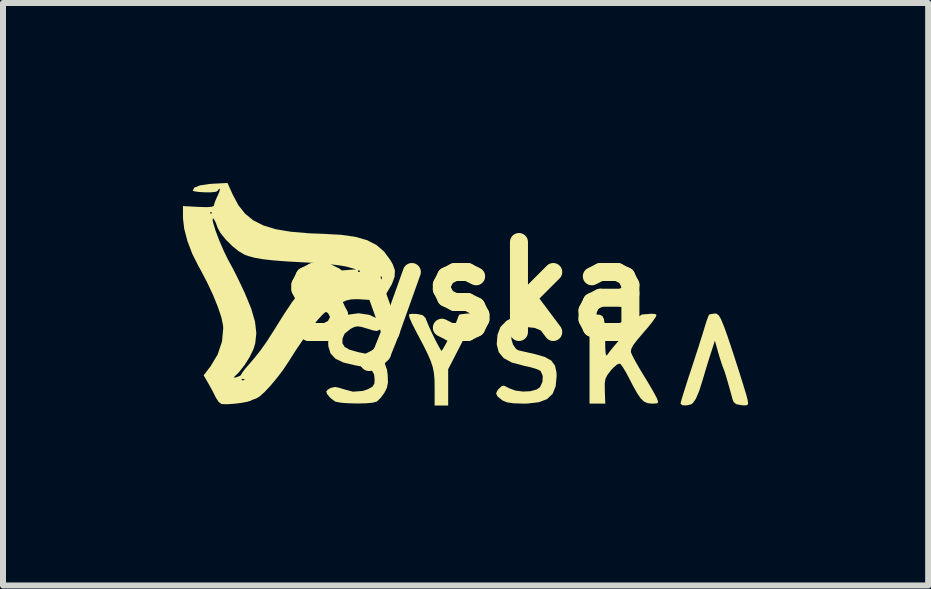
<source format=kicad_pcb>
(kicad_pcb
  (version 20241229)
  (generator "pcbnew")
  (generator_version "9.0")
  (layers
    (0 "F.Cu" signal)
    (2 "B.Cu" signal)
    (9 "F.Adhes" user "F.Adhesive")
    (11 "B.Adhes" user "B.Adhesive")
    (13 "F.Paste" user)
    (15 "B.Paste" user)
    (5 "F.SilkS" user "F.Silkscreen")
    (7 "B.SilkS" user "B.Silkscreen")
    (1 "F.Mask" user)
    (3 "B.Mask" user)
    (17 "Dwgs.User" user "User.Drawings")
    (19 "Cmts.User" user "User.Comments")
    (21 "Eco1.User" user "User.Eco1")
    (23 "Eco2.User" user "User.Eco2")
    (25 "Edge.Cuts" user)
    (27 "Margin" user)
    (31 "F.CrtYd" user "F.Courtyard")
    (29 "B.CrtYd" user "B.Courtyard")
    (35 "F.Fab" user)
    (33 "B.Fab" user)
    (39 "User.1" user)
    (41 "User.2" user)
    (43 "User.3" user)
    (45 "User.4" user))
  (footprint "syska"
    (layer "F.Cu")
    (at 4.744 1.806)
    (property "Reference" "syska" (at 0 0 0) (layer "F.SilkS") (effects (font (size 1.5 1.5) (thickness 0.3))))
    (attr board_only exclude_from_pos_files exclude_from_bom)
    (fp_poly (pts (xy -2.614 -0.242) (xy -2.63 -0.226) (xy -2.647 -0.242) (xy -2.63 -0.258)) (stroke (width 0) (type solid)) (fill yes) (layer "F.SilkS"))
    (fp_poly (pts (xy 0.078 0.371) (xy 0.113 0.388) (xy 0.105 0.425) (xy 0.072 0.509) (xy 0.018 0.628) (xy -0.053 0.773) (xy -0.096 0.858) (xy -0.323 1.299) (xy -0.323 1.601) (xy -0.323 1.904) (xy -0.436 1.904) (xy -0.549 1.904) (xy -0.549 1.601) (xy -0.551 1.476) (xy -0.56 1.369) (xy -0.579 1.268) (xy -0.614 1.162) (xy -0.668 1.038) (xy -0.745 0.883) (xy -0.849 0.687) (xy -0.87 0.647) (xy -0.927 0.535) (xy -0.965 0.446) (xy -0.978 0.393) (xy -0.976 0.385) (xy -0.931 0.375) (xy -0.851 0.377) (xy -0.832 0.379) (xy -0.748 0.398) (xy -0.702 0.443) (xy -0.675 0.51) (xy -0.645 0.582) (xy -0.598 0.686) (xy -0.542 0.801) (xy -0.488 0.905) (xy -0.446 0.978) (xy -0.436 0.993) (xy -0.418 0.973) (xy -0.381 0.91) (xy -0.332 0.817) (xy -0.279 0.71) (xy -0.228 0.604) (xy -0.188 0.512) (xy -0.164 0.451) (xy -0.161 0.437) (xy -0.14 0.391) (xy -0.121 0.384) (xy -0.06 0.377) (xy 0.007 0.369)) (stroke (width 0) (type solid)) (fill yes) (layer "F.SilkS"))
    (fp_poly (pts (xy 4.149 0.372) (xy 4.187 0.4) (xy 4.225 0.465) (xy 4.271 0.577) (xy 4.291 0.629) (xy 4.334 0.751) (xy 4.387 0.907) (xy 4.444 1.082) (xy 4.503 1.264) (xy 4.559 1.441) (xy 4.608 1.599) (xy 4.646 1.724) (xy 4.667 1.805) (xy 4.67 1.818) (xy 4.677 1.876) (xy 4.657 1.9) (xy 4.594 1.901) (xy 4.565 1.898) (xy 4.479 1.882) (xy 4.435 1.845) (xy 4.42 1.807) (xy 4.367 1.616) (xy 4.327 1.477) (xy 4.298 1.38) (xy 4.277 1.316) (xy 4.26 1.275) (xy 4.237 1.21) (xy 4.204 1.107) (xy 4.177 1.017) (xy 4.123 0.823) (xy 4.05 1.049) (xy 4.003 1.198) (xy 3.955 1.356) (xy 3.922 1.468) (xy 3.862 1.66) (xy 3.806 1.791) (xy 3.754 1.866) (xy 3.725 1.885) (xy 3.645 1.903) (xy 3.579 1.898) (xy 3.55 1.871) (xy 3.55 1.87) (xy 3.56 1.829) (xy 3.587 1.738) (xy 3.628 1.608) (xy 3.679 1.448) (xy 3.724 1.313) (xy 3.786 1.123) (xy 3.846 0.937) (xy 3.899 0.771) (xy 3.939 0.642) (xy 3.955 0.589) (xy 3.987 0.486) (xy 4.015 0.412) (xy 4.031 0.385) (xy 4.076 0.377) (xy 4.106 0.372)) (stroke (width 0) (type solid)) (fill yes) (layer "F.SilkS"))
    (fp_poly (pts (xy -1.639 0.392) (xy -1.478 0.466) (xy -1.452 0.485) (xy -1.372 0.546) (xy -1.437 0.611) (xy -1.477 0.648) (xy -1.517 0.661) (xy -1.577 0.651) (xy -1.672 0.622) (xy -1.773 0.592) (xy -1.839 0.584) (xy -1.895 0.598) (xy -1.952 0.627) (xy -2.048 0.705) (xy -2.084 0.785) (xy -2.086 0.866) (xy -2.048 0.928) (xy -1.962 0.976) (xy -1.821 1.015) (xy -1.744 1.03) (xy -1.573 1.07) (xy -1.456 1.123) (xy -1.382 1.199) (xy -1.343 1.306) (xy -1.331 1.397) (xy -1.327 1.519) (xy -1.344 1.608) (xy -1.387 1.693) (xy -1.446 1.774) (xy -1.505 1.832) (xy -1.518 1.84) (xy -1.584 1.857) (xy -1.694 1.867) (xy -1.829 1.87) (xy -1.969 1.867) (xy -2.094 1.859) (xy -2.185 1.844) (xy -2.211 1.835) (xy -2.285 1.78) (xy -2.34 1.715) (xy -2.356 1.671) (xy -2.33 1.639) (xy -2.281 1.61) (xy -2.207 1.594) (xy -2.118 1.614) (xy -2.083 1.627) (xy -1.911 1.673) (xy -1.747 1.661) (xy -1.661 1.632) (xy -1.586 1.591) (xy -1.554 1.54) (xy -1.549 1.472) (xy -1.558 1.386) (xy -1.592 1.326) (xy -1.663 1.283) (xy -1.78 1.251) (xy -1.882 1.232) (xy -2.071 1.187) (xy -2.202 1.124) (xy -2.284 1.036) (xy -2.32 0.92) (xy -2.324 0.857) (xy -2.301 0.684) (xy -2.228 0.547) (xy -2.138 0.462) (xy -1.987 0.389) (xy -1.815 0.366)) (stroke (width 0) (type solid)) (fill yes) (layer "F.SilkS"))
    (fp_poly (pts (xy 1.106 0.378) (xy 1.125 0.383) (xy 1.276 0.435) (xy 1.373 0.494) (xy 1.413 0.556) (xy 1.394 0.618) (xy 1.348 0.658) (xy 1.28 0.676) (xy 1.231 0.656) (xy 1.119 0.61) (xy 0.994 0.597) (xy 0.876 0.613) (xy 0.783 0.656) (xy 0.735 0.717) (xy 0.731 0.798) (xy 0.758 0.888) (xy 0.807 0.959) (xy 0.848 0.984) (xy 0.917 1) (xy 1.024 1.024) (xy 1.125 1.047) (xy 1.288 1.094) (xy 1.396 1.155) (xy 1.458 1.239) (xy 1.483 1.355) (xy 1.485 1.411) (xy 1.469 1.582) (xy 1.418 1.709) (xy 1.326 1.797) (xy 1.188 1.849) (xy 0.998 1.871) (xy 0.922 1.872) (xy 0.766 1.867) (xy 0.659 1.851) (xy 0.587 1.822) (xy 0.58 1.817) (xy 0.501 1.754) (xy 0.476 1.703) (xy 0.5 1.649) (xy 0.521 1.625) (xy 0.568 1.581) (xy 0.607 1.573) (xy 0.666 1.601) (xy 0.689 1.614) (xy 0.795 1.654) (xy 0.922 1.671) (xy 1.048 1.665) (xy 1.152 1.637) (xy 1.208 1.598) (xy 1.249 1.507) (xy 1.253 1.41) (xy 1.22 1.333) (xy 1.211 1.324) (xy 1.156 1.298) (xy 1.058 1.268) (xy 0.939 1.241) (xy 0.935 1.24) (xy 0.739 1.188) (xy 0.602 1.114) (xy 0.519 1.014) (xy 0.486 0.883) (xy 0.499 0.723) (xy 0.549 0.593) (xy 0.649 0.491) (xy 0.805 0.409) (xy 0.82 0.403) (xy 0.925 0.368) (xy 1.009 0.361)) (stroke (width 0) (type solid)) (fill yes) (layer "F.SilkS"))
    (fp_poly (pts (xy 3.124 0.378) (xy 3.15 0.393) (xy 3.137 0.427) (xy 3.089 0.498) (xy 3.013 0.594) (xy 2.937 0.682) (xy 2.83 0.808) (xy 2.762 0.897) (xy 2.729 0.96) (xy 2.723 1.007) (xy 2.724 1.017) (xy 2.748 1.073) (xy 2.799 1.169) (xy 2.869 1.291) (xy 2.93 1.392) (xy 3.011 1.525) (xy 3.082 1.646) (xy 3.134 1.74) (xy 3.156 1.783) (xy 3.177 1.841) (xy 3.165 1.866) (xy 3.105 1.872) (xy 3.071 1.872) (xy 3.002 1.865) (xy 2.942 1.839) (xy 2.885 1.784) (xy 2.823 1.692) (xy 2.747 1.555) (xy 2.699 1.461) (xy 2.64 1.349) (xy 2.586 1.261) (xy 2.549 1.211) (xy 2.544 1.207) (xy 2.498 1.215) (xy 2.428 1.276) (xy 2.392 1.315) (xy 2.332 1.393) (xy 2.299 1.457) (xy 2.287 1.534) (xy 2.288 1.647) (xy 2.288 1.66) (xy 2.296 1.872) (xy 2.165 1.872) (xy 2.033 1.872) (xy 2.033 1.13) (xy 2.033 0.387) (xy 2.143 0.387) (xy 2.204 0.391) (xy 2.245 0.41) (xy 2.271 0.455) (xy 2.285 0.534) (xy 2.292 0.66) (xy 2.293 0.801) (xy 2.296 0.944) (xy 2.301 1.03) (xy 2.31 1.067) (xy 2.326 1.063) (xy 2.334 1.052) (xy 2.373 0.998) (xy 2.442 0.914) (xy 2.526 0.816) (xy 2.536 0.805) (xy 2.628 0.695) (xy 2.715 0.588) (xy 2.777 0.504) (xy 2.778 0.503) (xy 2.841 0.43) (xy 2.904 0.388) (xy 2.921 0.385) (xy 3.008 0.379) (xy 3.059 0.374)) (stroke (width 0) (type solid)) (fill yes) (layer "F.SilkS"))
    (fp_poly (pts (xy -3.911 -1.605) (xy -3.819 -1.434) (xy -3.708 -1.294) (xy -3.572 -1.183) (xy -3.404 -1.098) (xy -3.198 -1.035) (xy -2.946 -0.993) (xy -2.642 -0.967) (xy -2.404 -0.958) (xy -2.109 -0.942) (xy -1.869 -0.908) (xy -1.674 -0.852) (xy -1.518 -0.772) (xy -1.392 -0.663) (xy -1.287 -0.521) (xy -1.246 -0.449) (xy -1.211 -0.349) (xy -1.216 -0.242) (xy -1.262 -0.118) (xy -1.346 0.025) (xy -1.432 0.157) (xy -1.699 0.139) (xy -1.837 0.131) (xy -1.935 0.134) (xy -2.015 0.151) (xy -2.1 0.186) (xy -2.137 0.204) (xy -2.252 0.268) (xy -2.359 0.339) (xy -2.407 0.378) (xy -2.492 0.469) (xy -2.601 0.607) (xy -2.726 0.781) (xy -2.861 0.98) (xy -2.987 1.178) (xy -3.075 1.31) (xy -3.177 1.444) (xy -3.282 1.57) (xy -3.381 1.676) (xy -3.465 1.752) (xy -3.522 1.786) (xy -3.525 1.787) (xy -3.588 1.809) (xy -3.615 1.824) (xy -3.672 1.842) (xy -3.77 1.86) (xy -3.887 1.874) (xy -4 1.882) (xy -4.086 1.881) (xy -4.102 1.879) (xy -4.148 1.845) (xy -4.194 1.776) (xy -4.199 1.766) (xy -4.247 1.67) (xy -4.306 1.561) (xy -4.323 1.532) (xy -4.363 1.463) (xy -3.765 1.463) (xy -3.761 1.482) (xy -3.744 1.485) (xy -3.717 1.473) (xy -3.722 1.463) (xy -3.761 1.459) (xy -3.765 1.463) (xy -4.363 1.463) (xy -4.399 1.401) (xy -4.282 1.247) (xy -4.165 1.051) (xy -4.093 0.835) (xy -4.073 0.62) (xy -4.076 0.567) (xy -4.104 0.434) (xy -4.162 0.261) (xy -4.243 0.061) (xy -4.343 -0.152) (xy -4.454 -0.364) (xy -4.486 -0.42) (xy -4.588 -0.623) (xy -4.67 -0.838) (xy -4.724 -1.046) (xy -4.74 -1.185) (xy -4.249 -1.185) (xy -4.242 -1.146) (xy -4.202 -1.014) (xy -4.141 -0.852) (xy -4.068 -0.682) (xy -3.994 -0.53) (xy -3.963 -0.473) (xy -3.911 -0.378) (xy -3.843 -0.244) (xy -3.769 -0.09) (xy -3.712 0.032) (xy -3.606 0.289) (xy -3.543 0.507) (xy -3.521 0.697) (xy -3.539 0.866) (xy -3.567 0.96) (xy -3.63 1.091) (xy -3.716 1.228) (xy -3.809 1.347) (xy -3.873 1.41) (xy -3.9 1.437) (xy -3.873 1.437) (xy -3.849 1.431) (xy -3.792 1.409) (xy -3.776 1.391) (xy -3.756 1.356) (xy -3.707 1.291) (xy -3.671 1.25) (xy -3.548 1.106) (xy -3.446 0.977) (xy -3.35 0.841) (xy -3.244 0.676) (xy -3.212 0.625) (xy -3.136 0.503) (xy -3.071 0.4) (xy -3.026 0.33) (xy -3.01 0.307) (xy -2.977 0.259) (xy -2.929 0.185) (xy -2.924 0.178) (xy -2.832 0.06) (xy -2.724 -0.048) (xy -1.485 -0.048) (xy -1.468 -0.032) (xy -1.452 -0.048) (xy -1.468 -0.065) (xy -1.485 -0.048) (xy -2.724 -0.048) (xy -2.706 -0.067) (xy -2.568 -0.182) (xy -2.476 -0.241) (xy -1.614 -0.241) (xy -1.594 -0.199) (xy -1.56 -0.156) (xy -1.506 -0.103) (xy -1.485 -0.104) (xy -1.485 -0.108) (xy -1.503 -0.138) (xy -1.549 -0.193) (xy -1.549 -0.194) (xy -1.582 -0.226) (xy -1.452 -0.226) (xy -1.441 -0.199) (xy -1.431 -0.204) (xy -1.427 -0.243) (xy -1.431 -0.247) (xy -1.45 -0.243) (xy -1.452 -0.226) (xy -1.582 -0.226) (xy -1.593 -0.237) (xy -1.614 -0.243) (xy -1.614 -0.241) (xy -2.476 -0.241) (xy -2.442 -0.264) (xy -2.439 -0.265) (xy -2.414 -0.274) (xy -1.678 -0.274) (xy -1.662 -0.258) (xy -1.646 -0.274) (xy -1.662 -0.29) (xy -1.678 -0.274) (xy -2.414 -0.274) (xy -2.315 -0.31) (xy -2.155 -0.342) (xy -2.129 -0.344) (xy -1.829 -0.344) (xy -1.824 -0.325) (xy -1.807 -0.323) (xy -1.781 -0.335) (xy -1.786 -0.344) (xy -1.824 -0.348) (xy -1.829 -0.344) (xy -2.129 -0.344) (xy -2.082 -0.349) (xy -1.856 -0.366) (xy -2.017 -0.411) (xy -2.103 -0.427) (xy -2.239 -0.445) (xy -2.41 -0.461) (xy -2.604 -0.476) (xy -2.759 -0.484) (xy -3.028 -0.499) (xy -3.242 -0.516) (xy -3.411 -0.535) (xy -3.544 -0.558) (xy -3.652 -0.587) (xy -3.712 -0.608) (xy -3.812 -0.666) (xy -3.925 -0.757) (xy -4.033 -0.865) (xy -4.119 -0.972) (xy -4.165 -1.057) (xy -4.198 -1.145) (xy -4.227 -1.201) (xy -4.247 -1.217) (xy -4.249 -1.185) (xy -4.74 -1.185) (xy -4.744 -1.225) (xy -4.744 -1.229) (xy -4.744 -1.307) (xy -4.293 -1.307) (xy -4.276 -1.291) (xy -4.26 -1.307) (xy -4.276 -1.323) (xy -4.293 -1.307) (xy -4.744 -1.307) (xy -4.744 -1.421) (xy -4.486 -1.407) (xy -4.347 -1.403) (xy -4.264 -1.409) (xy -4.23 -1.425) (xy -4.228 -1.432) (xy -4.214 -1.484) (xy -4.18 -1.565) (xy -4.167 -1.591) (xy -4.136 -1.664) (xy -4.129 -1.706) (xy -4.135 -1.711) (xy -4.162 -1.686) (xy -4.163 -1.677) (xy -4.194 -1.659) (xy -4.277 -1.65) (xy -4.373 -1.65) (xy -4.48 -1.656) (xy -4.556 -1.667) (xy -4.583 -1.679) (xy -4.552 -1.73) (xy -4.458 -1.766) (xy -4.305 -1.789) (xy -4.246 -1.793) (xy -4.002 -1.806)) (stroke (width 0) (type solid)) (fill yes) (layer "F.SilkS")))
  (gr_rect
    (start -3 -3)
    (end 12.422 6.71)
    (stroke (width 0.1) (type default))
    (fill no)
    (layer "Edge.Cuts")))
</source>
